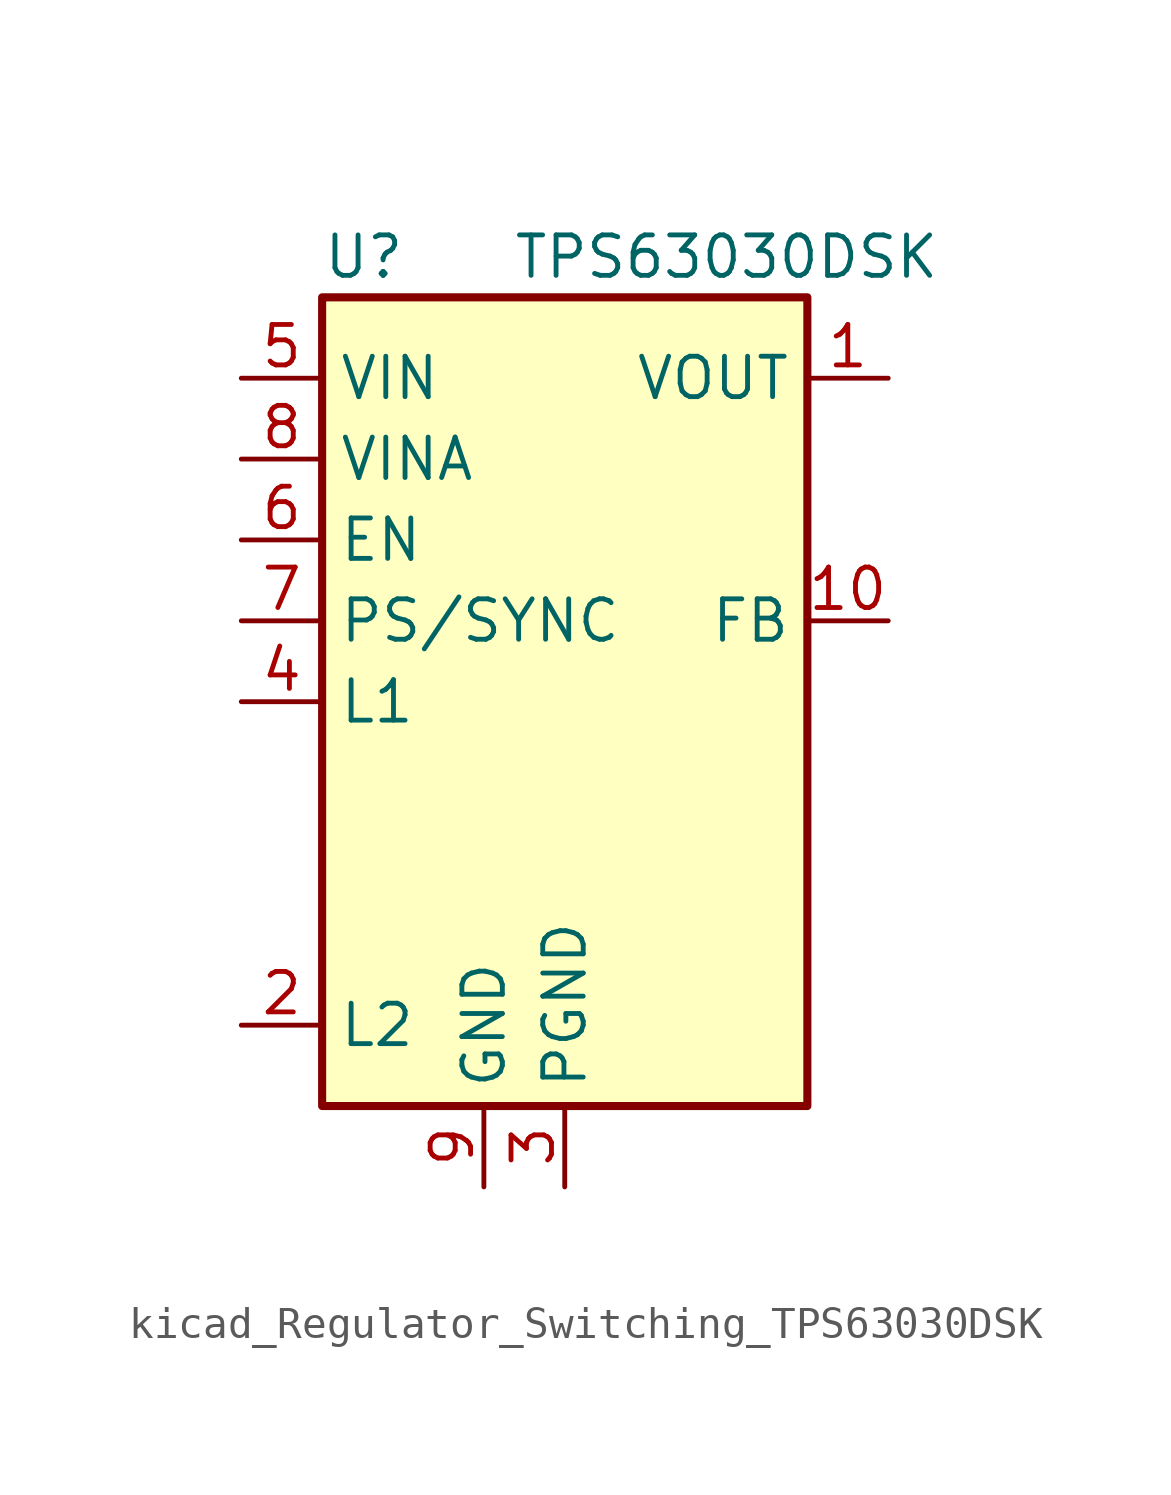
<source format=kicad_sym>
(kicad_symbol_lib
  (version 20220914)
  (generator kicad_symbol_editor)
  (symbol "kicad_Regulator_Switching_TPS63030DSK"
    (property "Reference" "U"
      (at -7.62 13.97 0)
      (effects (font (size 1.27 1.27)) (justify left)))
    (property "Value" "TPS63030DSK"
      (at 5.08 13.97 0)
      (effects (font (size 1.27 1.27))))
    (symbol "kicad_Regulator_Switching_TPS63030DSK_0_1"
      (rectangle (start -7.62 12.7) (end 7.62 -12.7) (stroke (width 0.254) (type default)) (fill (type background))))
    (symbol "kicad_Regulator_Switching_TPS63030DSK_1_1"
      (pin power_out line (at 10.16 10.16 180) (length 2.54) (name "VOUT" (effects (font (size 1.27 1.27)))) (number "1" (effects (font (size 1.27 1.27)))))
      (pin input line (at 10.16 2.54 180) (length 2.54) (name "FB" (effects (font (size 1.27 1.27)))) (number "10" (effects (font (size 1.27 1.27)))))
      (pin passive line (at 0 -15.24 90) (length 2.54) hide (name "PGND" (effects (font (size 1.27 1.27)))) (number "11" (effects (font (size 1.27 1.27)))))
      (pin input line (at -10.16 -10.16 0) (length 2.54) (name "L2" (effects (font (size 1.27 1.27)))) (number "2" (effects (font (size 1.27 1.27)))))
      (pin power_in line (at 0 -15.24 90) (length 2.54) (name "PGND" (effects (font (size 1.27 1.27)))) (number "3" (effects (font (size 1.27 1.27)))))
      (pin input line (at -10.16 0 0) (length 2.54) (name "L1" (effects (font (size 1.27 1.27)))) (number "4" (effects (font (size 1.27 1.27)))))
      (pin power_in line (at -10.16 10.16 0) (length 2.54) (name "VIN" (effects (font (size 1.27 1.27)))) (number "5" (effects (font (size 1.27 1.27)))))
      (pin input line (at -10.16 5.08 0) (length 2.54) (name "EN" (effects (font (size 1.27 1.27)))) (number "6" (effects (font (size 1.27 1.27)))))
      (pin input line (at -10.16 2.54 0) (length 2.54) (name "PS/SYNC" (effects (font (size 1.27 1.27)))) (number "7" (effects (font (size 1.27 1.27)))))
      (pin passive line (at -10.16 7.62 0) (length 2.54) (name "VINA" (effects (font (size 1.27 1.27)))) (number "8" (effects (font (size 1.27 1.27)))))
      (pin power_in line (at -2.54 -15.24 90) (length 2.54) (name "GND" (effects (font (size 1.27 1.27)))) (number "9" (effects (font (size 1.27 1.27))))))))
</source>
